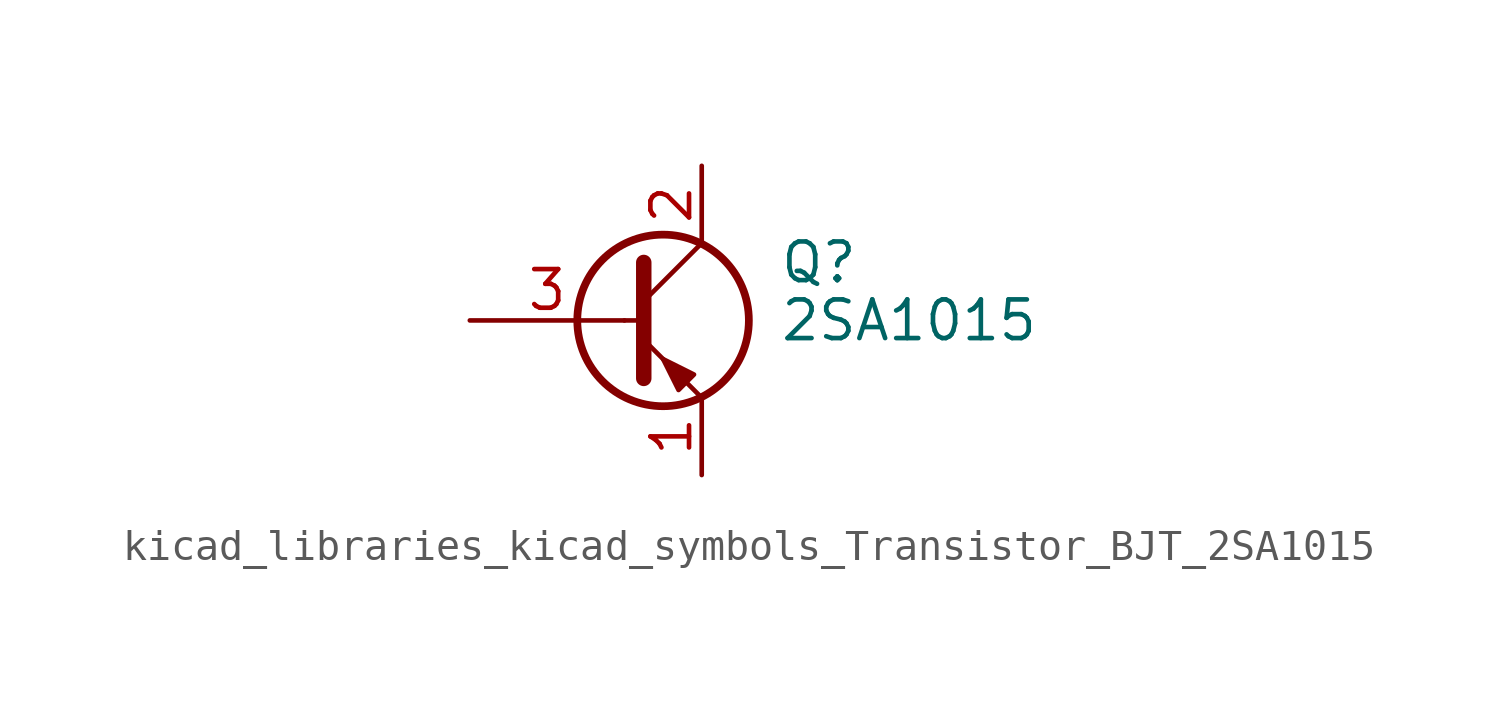
<source format=kicad_sym>
(kicad_symbol_lib
  (version 20220914)
  (generator kicad_symbol_editor)
  (symbol "kicad_libraries_kicad_symbols_Transistor_BJT_2SA1015"
    (pin_names
      (offset 0) hide)
    (property "Reference" "Q"
      (at 5.08 1.905 0)
      (effects (font (size 1.27 1.27)) (justify left)))
    (property "Value" "2SA1015"
      (at 5.08 0 0)
      (effects (font (size 1.27 1.27)) (justify left)))
    (symbol "kicad_libraries_kicad_symbols_Transistor_BJT_2SA1015_0_1"
      (polyline (pts (xy 0 0) (xy 0.635 0)) (stroke (width 0) (type default)) (fill (type none)))
      (polyline (pts (xy 2.54 -2.54) (xy 0.635 -0.635)) (stroke (width 0) (type default)) (fill (type none)))
      (polyline (pts (xy 2.54 2.54) (xy 0.635 0.635)) (stroke (width 0) (type default)) (fill (type none)))
      (polyline (pts (xy 0.635 1.905) (xy 0.635 -1.905) (xy 0.635 -1.905)) (stroke (width 0.508) (type default)) (fill (type outline)))
      (polyline (pts (xy 1.778 -2.286) (xy 2.286 -1.778) (xy 1.27 -1.27) (xy 1.778 -2.286) (xy 1.778 -2.286)) (stroke (width 0) (type default)) (fill (type outline)))
      (circle (center 1.27 0) (radius 2.819) (stroke (width 0.254) (type default)) (fill (type none))))
    (symbol "kicad_libraries_kicad_symbols_Transistor_BJT_2SA1015_1_1"
      (pin passive line (at 2.54 -5.08 90) (length 2.54) (name "E" (effects (font (size 1.27 1.27)))) (number "1" (effects (font (size 1.27 1.27)))))
      (pin passive line (at 2.54 5.08 270) (length 2.54) (name "C" (effects (font (size 1.27 1.27)))) (number "2" (effects (font (size 1.27 1.27)))))
      (pin input line (at -5.08 0 0) (length 5.08) (name "B" (effects (font (size 1.27 1.27)))) (number "3" (effects (font (size 1.27 1.27))))))))
</source>
